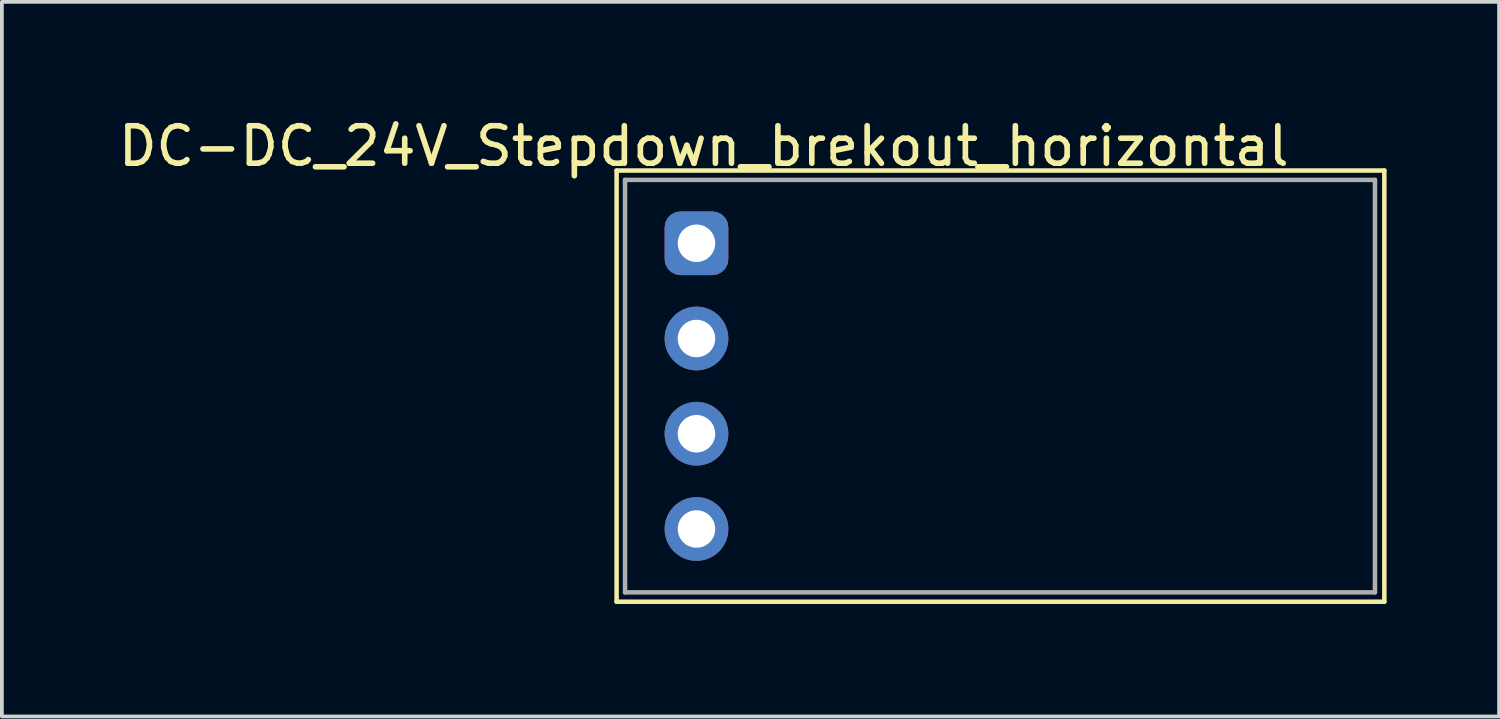
<source format=kicad_pcb>
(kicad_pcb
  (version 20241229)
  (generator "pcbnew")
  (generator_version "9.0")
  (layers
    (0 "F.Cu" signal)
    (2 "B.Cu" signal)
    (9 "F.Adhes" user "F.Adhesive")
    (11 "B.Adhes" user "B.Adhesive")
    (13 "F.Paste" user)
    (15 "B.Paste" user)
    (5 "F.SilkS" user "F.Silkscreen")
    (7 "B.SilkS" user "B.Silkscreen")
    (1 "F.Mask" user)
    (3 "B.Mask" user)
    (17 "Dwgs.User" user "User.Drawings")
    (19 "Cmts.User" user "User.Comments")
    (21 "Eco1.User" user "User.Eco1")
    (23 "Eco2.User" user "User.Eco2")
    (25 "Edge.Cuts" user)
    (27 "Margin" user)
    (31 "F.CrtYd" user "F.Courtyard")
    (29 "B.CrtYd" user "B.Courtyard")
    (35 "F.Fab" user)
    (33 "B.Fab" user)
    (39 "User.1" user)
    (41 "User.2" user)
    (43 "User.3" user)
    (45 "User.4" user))
  (footprint "DC-DC_24V_Stepdown_brekout_horizontal"
    (layer "F.Cu")
    (at 13.62 1.748)
    (property "Reference" "DC-DC_24V_Stepdown_brekout_horizontal" (at 2.1 -0.9 0) (layer "F.SilkS") (effects (font (size 1 1) (thickness 0.15))))
    (attr through_hole)
    (fp_line (start -0.225 -0.25) (end 20.25 -0.25) (stroke (width 0.12) (type solid)) (layer "F.SilkS"))
    (fp_line (start -0.225 11.25) (end -0.225 -0.25) (stroke (width 0.12) (type solid)) (layer "F.SilkS"))
    (fp_line (start 20.25 -0.25) (end 20.25 11.25) (stroke (width 0.12) (type solid)) (layer "F.SilkS"))
    (fp_line (start 20.25 11.25) (end -0.225 11.25) (stroke (width 0.12) (type solid)) (layer "F.SilkS"))
    (fp_line (start 0 0) (end 20 0) (stroke (width 0.12) (type solid)) (layer "F.Fab"))
    (fp_line (start 0 11) (end 0 0) (stroke (width 0.12) (type solid)) (layer "F.Fab"))
    (fp_line (start 0 11) (end 20 11) (stroke (width 0.12) (type solid)) (layer "F.Fab"))
    (fp_line (start 20 11) (end 20 0) (stroke (width 0.12) (type solid)) (layer "F.Fab"))
    (pad "1" thru_hole roundrect (at 1.905 1.69) (size 1.7 1.7) (drill 1) (layers "*.Cu" "*.Mask") (roundrect_rratio 0.25))
    (pad "2" thru_hole circle (at 1.905 4.23) (size 1.7 1.7) (drill 1) (layers "*.Cu" "*.Mask"))
    (pad "3" thru_hole circle (at 1.905 6.77) (size 1.7 1.7) (drill 1) (layers "*.Cu" "*.Mask"))
    (pad "4" thru_hole circle (at 1.905 9.31) (size 1.7 1.7) (drill 1) (layers "*.Cu" "*.Mask")))
  (gr_rect
    (start -3 -3)
    (end 36.93 16.058)
    (stroke (width 0.1) (type default))
    (fill no)
    (layer "Edge.Cuts")))
</source>
